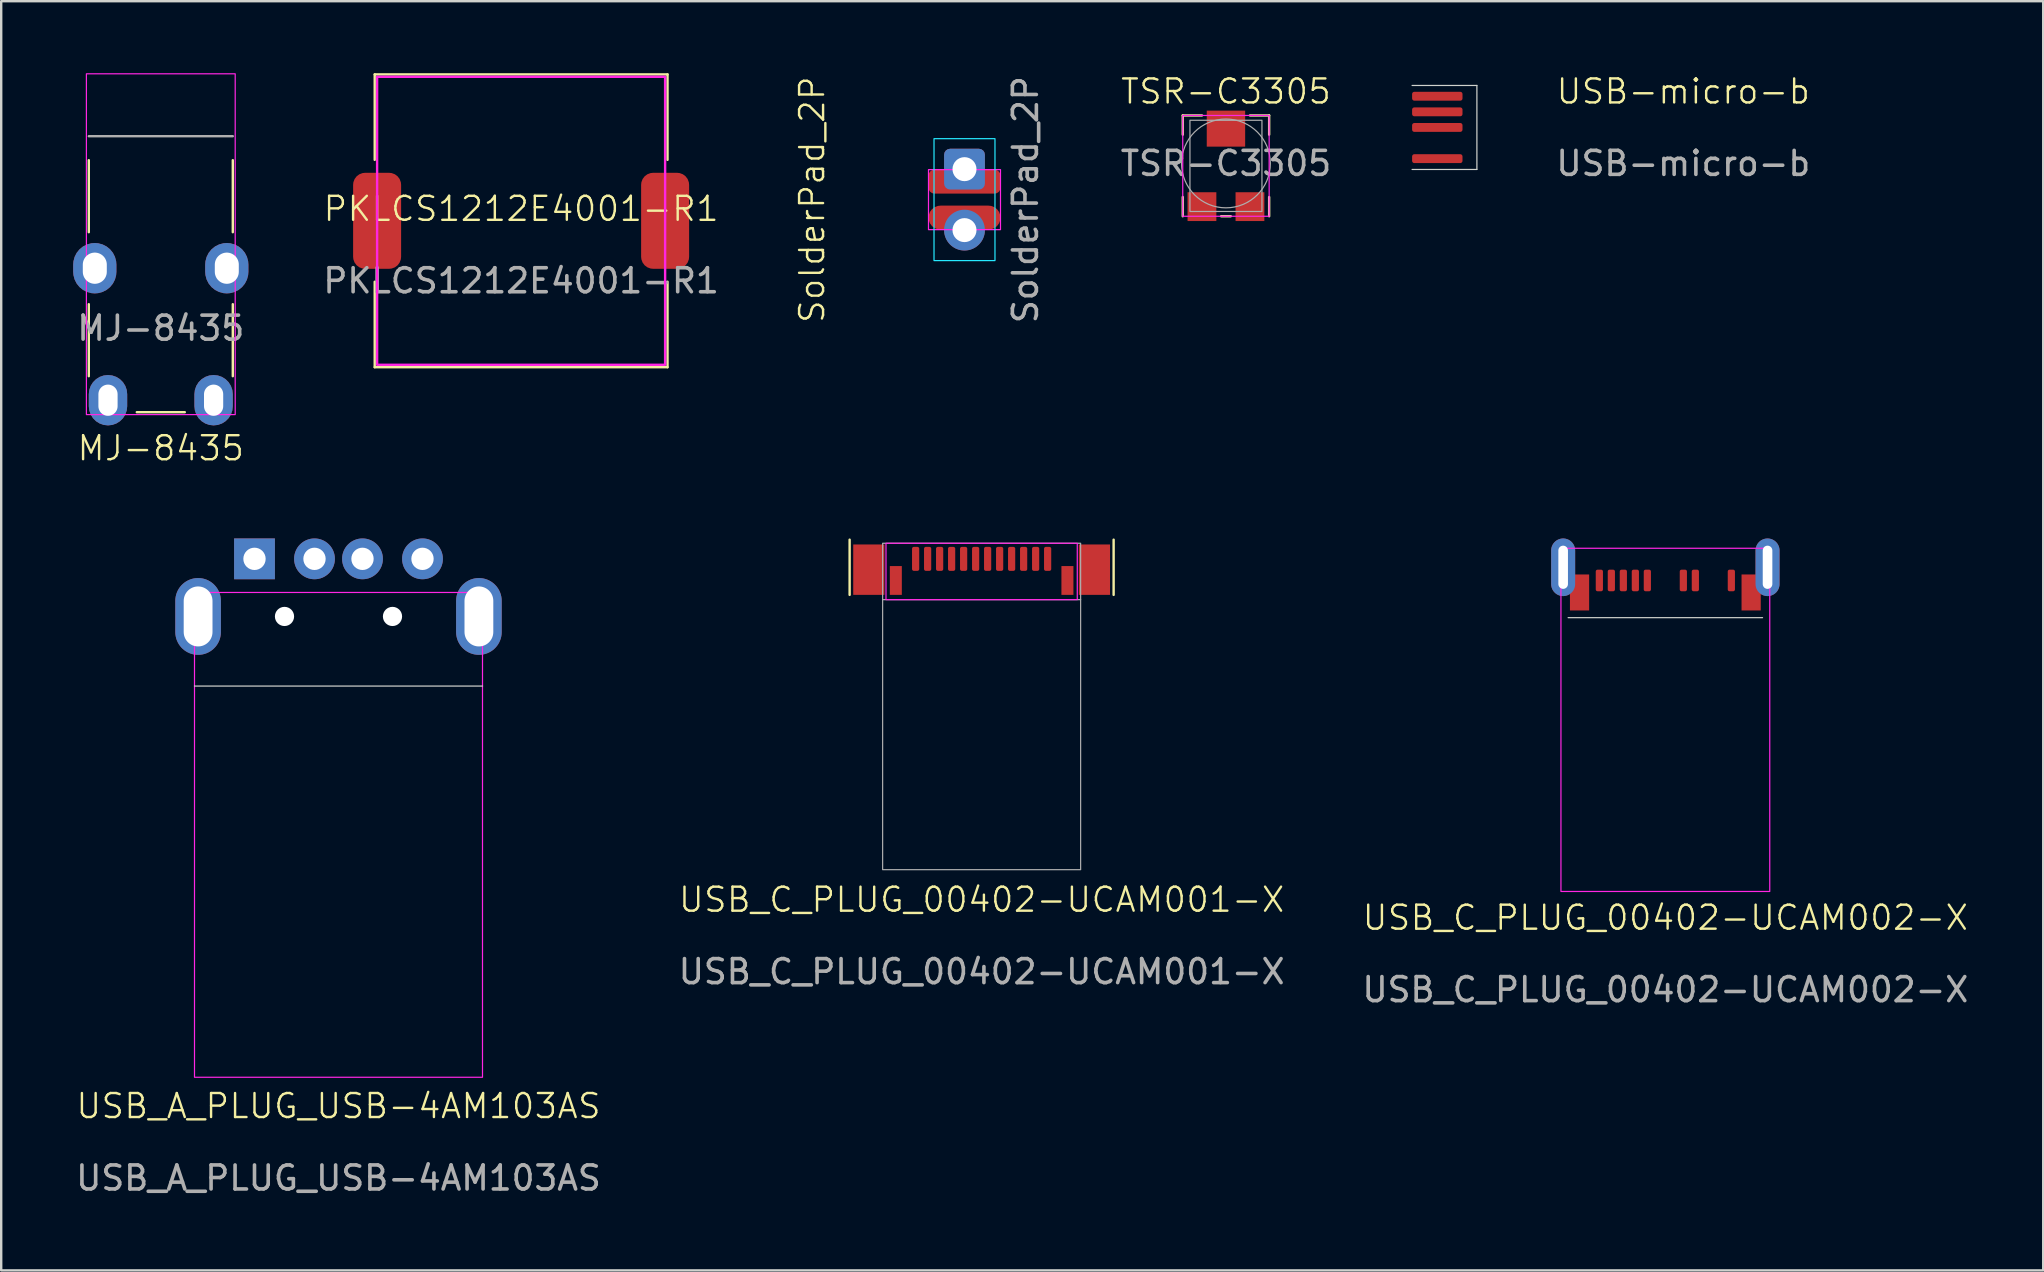
<source format=kicad_pcb>
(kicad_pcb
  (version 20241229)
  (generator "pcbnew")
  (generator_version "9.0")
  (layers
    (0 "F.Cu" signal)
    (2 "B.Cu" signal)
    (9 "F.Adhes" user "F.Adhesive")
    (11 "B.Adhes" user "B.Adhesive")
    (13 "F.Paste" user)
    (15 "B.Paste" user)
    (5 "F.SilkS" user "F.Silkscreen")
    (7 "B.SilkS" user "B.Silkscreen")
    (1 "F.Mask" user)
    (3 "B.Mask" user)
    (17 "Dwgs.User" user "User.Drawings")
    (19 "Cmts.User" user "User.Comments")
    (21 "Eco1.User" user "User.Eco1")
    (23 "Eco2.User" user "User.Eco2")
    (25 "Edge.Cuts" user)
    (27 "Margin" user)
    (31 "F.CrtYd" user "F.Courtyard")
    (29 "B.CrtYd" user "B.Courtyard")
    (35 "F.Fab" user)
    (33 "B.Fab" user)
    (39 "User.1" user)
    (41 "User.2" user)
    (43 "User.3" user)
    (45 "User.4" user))
  (footprint "USB_C_PLUG_00402-UCAM002-X"
    (layer "F.Cu")
    (at 66.339 22.686)
    (property "Reference" "USB_C_PLUG_00402-UCAM002-X" (at 0 12.5 0) (unlocked yes) (layer "F.SilkS") (effects (font (size 1 1) (thickness 0.1))))
    (attr through_hole)
    (fp_line (start -4.05 0) (end 4.05 0) (stroke (width 0.05) (type default)) (layer "Edge.Cuts"))
    (fp_rect (start -4.35 -2.892) (end 4.35 11.408) (stroke (width 0.05) (type default)) (fill no) (layer "F.CrtYd"))
    (fp_text user "${REFERENCE}" (at 0 15.5 0) (unlocked yes) (layer "F.Fab") (effects (font (size 1 1) (thickness 0.15))))
    (pad "1" thru_hole oval (at -4.258 -2.1) (size 1 2.4) (drill oval 0.4 1.8) (layers "*.Cu" "*.Mask"))
    (pad "1" smd rect (at -3.575 -1.05) (size 0.8 1.5) (layers "F.Cu" "F.Mask" "F.Paste"))
    (pad "1" smd roundrect (at -2.75 -1.55) (size 0.3 0.9) (layers "F.Cu" "F.Mask" "F.Paste") (roundrect_rratio 0.25))
    (pad "1" smd roundrect (at 0.75 -1.55) (size 0.3 0.9) (layers "F.Cu" "F.Mask" "F.Paste") (roundrect_rratio 0.25))
    (pad "1" smd roundrect (at 2.75 -1.55) (size 0.3 0.9) (layers "F.Cu" "F.Mask" "F.Paste") (roundrect_rratio 0.25))
    (pad "1" smd rect (at 3.575 -1.05) (size 0.8 1.5) (layers "F.Cu" "F.Mask" "F.Paste"))
    (pad "1" thru_hole oval (at 4.258 -2.1) (size 1 2.4) (drill oval 0.4 1.8) (layers "*.Cu" "*.Mask"))
    (pad "2" smd roundrect (at -1.75 -1.55) (size 0.3 0.9) (layers "F.Cu" "F.Mask" "F.Paste") (roundrect_rratio 0.25))
    (pad "3" smd roundrect (at -2.25 -1.55) (size 0.3 0.9) (layers "F.Cu" "F.Mask" "F.Paste") (roundrect_rratio 0.25))
    (pad "4" smd roundrect (at -0.75 -1.55) (size 0.3 0.9) (layers "F.Cu" "F.Mask" "F.Paste") (roundrect_rratio 0.25))
    (pad "4" smd roundrect (at 1.25 -1.55) (size 0.3 0.9) (layers "F.Cu" "F.Mask" "F.Paste") (roundrect_rratio 0.25))
    (pad "5" smd roundrect (at -1.25 -1.55) (size 0.3 0.9) (layers "F.Cu" "F.Mask" "F.Paste") (roundrect_rratio 0.25)))
  (footprint "PKLCS1212E4001-R1"
    (layer "F.Cu")
    (at 18.663 6.15)
    (property "Reference" "PKLCS1212E4001-R1" (at 0 -0.5 0) (unlocked yes) (layer "F.SilkS") (effects (font (size 1 1) (thickness 0.1))))
    (attr smd)
    (fp_line (start -6.1 -6.1) (end -6.1 -2.54) (stroke (width 0.1) (type default)) (layer "F.SilkS"))
    (fp_line (start -6.1 -6.1) (end 6.1 -6.1) (stroke (width 0.1) (type default)) (layer "F.SilkS"))
    (fp_line (start -6.1 2.54) (end -6.1 6.1) (stroke (width 0.1) (type default)) (layer "F.SilkS"))
    (fp_line (start -6.1 6.1) (end 6.1 6.1) (stroke (width 0.1) (type default)) (layer "F.SilkS"))
    (fp_line (start 6.1 -6.1) (end 6.1 -2.54) (stroke (width 0.1) (type default)) (layer "F.SilkS"))
    (fp_line (start 6.1 2.54) (end 6.1 6.1) (stroke (width 0.1) (type default)) (layer "F.SilkS"))
    (fp_rect (start -6 -6) (end 6 6) (stroke (width 0.1) (type solid)) (fill no) (layer "F.CrtYd"))
    (fp_text user "${REFERENCE}" (at 0 2.5 0) (unlocked yes) (layer "F.Fab") (effects (font (size 1 1) (thickness 0.15))))
    (pad "1" smd roundrect (at -6 0) (size 2 4) (layers "F.Cu" "F.Mask" "F.Paste") (roundrect_rratio 0.25))
    (pad "2" smd roundrect (at 6 0) (size 2 4) (layers "F.Cu" "F.Mask" "F.Paste") (roundrect_rratio 0.25)))
  (footprint "MJ-8435"
    (layer "F.Cu")
    (at 3.65 2.625)
    (property "Reference" "MJ-8435" (at 0 13 0) (unlocked yes) (layer "F.SilkS") (effects (font (size 1 1) (thickness 0.1))))
    (attr through_hole)
    (fp_line (start -3 1) (end -3 4) (stroke (width 0.1) (type default)) (layer "F.SilkS"))
    (fp_line (start -3 7) (end -3 10) (stroke (width 0.1) (type default)) (layer "F.SilkS"))
    (fp_line (start -1 11.5) (end 1 11.5) (stroke (width 0.1) (type default)) (layer "F.SilkS"))
    (fp_line (start 3 4) (end 3 1) (stroke (width 0.1) (type default)) (layer "F.SilkS"))
    (fp_line (start 3 10) (end 3 7) (stroke (width 0.1) (type default)) (layer "F.SilkS"))
    (fp_rect (start -3.1 -2.6) (end 3.1 11.6) (stroke (width 0.05) (type solid)) (fill no) (layer "F.CrtYd"))
    (fp_line (start -3 0) (end 3 0) (stroke (width 0.1) (type solid)) (layer "F.Fab"))
    (fp_text user "${REFERENCE}" (at 0 8 0) (unlocked yes) (layer "F.Fab") (effects (font (size 1 1) (thickness 0.15))))
    (pad "R" thru_hole roundrect (at 2.2 11) (size 1.6 2.1) (drill oval 0.8 1.3) (layers "*.Cu" "*.Mask") (roundrect_rratio 0.5))
    (pad "S" thru_hole roundrect (at -2.2 11) (size 1.6 2.1) (drill oval 0.8 1.3) (layers "*.Cu" "*.Mask") (roundrect_rratio 0.5))
    (pad "T" thru_hole roundrect (at -2.75 5.5) (size 1.8 2.1) (drill oval 1 1.3) (layers "*.Cu" "*.Mask") (roundrect_rratio 0.5))
    (pad "T" thru_hole roundrect (at 2.75 5.5) (size 1.8 2.1) (drill oval 1 1.3) (layers "*.Cu" "*.Mask") (roundrect_rratio 0.5)))
  (footprint "USB_C_PLUG_00402-UCAM001-X"
    (layer "F.Cu")
    (at 37.851 21.936)
    (property "Reference" "USB_C_PLUG_00402-UCAM001-X" (at 0 12.5 0) (unlocked yes) (layer "F.SilkS") (effects (font (size 1 1) (thickness 0.1))))
    (attr through_hole)
    (fp_line (start -5.5 -2.5) (end -5.5 -0.2) (stroke (width 0.1) (type default)) (layer "F.SilkS"))
    (fp_line (start 5.5 -2.5) (end 5.5 -0.2) (stroke (width 0.1) (type default)) (layer "F.SilkS"))
    (fp_rect (start -3.985 -2.35) (end 3.985 0) (stroke (width 0.05) (type solid)) (fill no) (layer "F.CrtYd"))
    (fp_line (start -4.125 0) (end 4.125 0) (stroke (width 0.05) (type solid)) (layer "F.Fab"))
    (fp_rect (start -4.125 -2.35) (end 4.125 11.25) (stroke (width 0.05) (type solid)) (fill no) (layer "F.Fab"))
    (fp_text user "${REFERENCE}" (at 0 15.5 0) (unlocked yes) (layer "F.Fab") (effects (font (size 1 1) (thickness 0.15))))
    (pad "A1" smd roundrect (at 2.75 -1.7) (size 0.3 1) (layers "F.Cu" "F.Mask" "F.Paste") (roundrect_rratio 0.25))
    (pad "A2" smd roundrect (at 2.25 -1.7) (size 0.3 1) (layers "F.Cu" "F.Mask" "F.Paste") (roundrect_rratio 0.25))
    (pad "A3" smd roundrect (at 1.75 -1.7) (size 0.3 1) (layers "F.Cu" "F.Mask" "F.Paste") (roundrect_rratio 0.25))
    (pad "A4" smd roundrect (at 1.25 -1.7) (size 0.3 1) (layers "F.Cu" "F.Mask" "F.Paste") (roundrect_rratio 0.25))
    (pad "A5" smd roundrect (at -1.25 -1.7) (size 0.3 1) (layers "F.Cu" "F.Mask" "F.Paste") (roundrect_rratio 0.25))
    (pad "A6" smd roundrect (at -1.75 -1.7) (size 0.3 1) (layers "F.Cu" "F.Mask" "F.Paste") (roundrect_rratio 0.25))
    (pad "A7" smd roundrect (at -2.25 -1.7) (size 0.3 1) (layers "F.Cu" "F.Mask" "F.Paste") (roundrect_rratio 0.25))
    (pad "A12" smd roundrect (at -2.75 -1.7) (size 0.3 1) (layers "F.Cu" "F.Mask" "F.Paste") (roundrect_rratio 0.25))
    (pad "B9" smd roundrect (at -0.75 -1.7) (size 0.3 1) (layers "F.Cu" "F.Mask" "F.Paste") (roundrect_rratio 0.25))
    (pad "B10" smd roundrect (at -0.25 -1.7) (size 0.3 1) (layers "F.Cu" "F.Mask" "F.Paste") (roundrect_rratio 0.25))
    (pad "B11" smd roundrect (at 0.25 -1.7) (size 0.3 1) (layers "F.Cu" "F.Mask" "F.Paste") (roundrect_rratio 0.25))
    (pad "B12" smd roundrect (at 0.75 -1.7) (size 0.3 1) (layers "F.Cu" "F.Mask" "F.Paste") (roundrect_rratio 0.25))
    (pad "S1" smd rect (at -4.7 -1.25) (size 1.3 2.1) (layers "F.Cu" "F.Mask" "F.Paste"))
    (pad "S1" smd rect (at -3.575 -0.8) (size 0.5 1.2) (layers "F.Cu" "F.Mask" "F.Paste"))
    (pad "S1" smd rect (at 3.575 -0.8) (size 0.5 1.2) (layers "F.Cu" "F.Mask" "F.Paste"))
    (pad "S1" smd rect (at 4.7 -1.25) (size 1.3 2.1) (layers "F.Cu" "F.Mask" "F.Paste")))
  (footprint "SolderPad_2P"
    (layer "F.Cu")
    (at 37.137 5.268)
    (property "Reference" "SolderPad_2P" (at -6.35 0 90) (unlocked yes) (layer "F.SilkS") (effects (font (size 1 1) (thickness 0.1))))
    (attr through_hole)
    (fp_rect (start -1.27 -2.54) (end 1.27 2.54) (stroke (width 0.05) (type default)) (fill no) (layer "B.CrtYd"))
    (fp_rect (start -1.5 -1.25) (end 1.5 1.25) (stroke (width 0.05) (type default)) (fill no) (layer "F.CrtYd"))
    (fp_text user "${REFERENCE}" (at 2.54 0 90) (unlocked yes) (layer "F.Fab") (effects (font (size 1 1) (thickness 0.15))))
    (pad "1" thru_hole roundrect (at 0 -1.27) (size 1.7 1.7) (drill 1) (layers "*.Cu" "*.Mask") (roundrect_rratio 0.147))
    (pad "1" smd roundrect (at 0 -0.75) (size 3 1) (layers "F.Cu" "F.Mask" "F.Paste") (roundrect_rratio 0.25))
    (pad "2" smd roundrect (at 0 0.75) (size 3 1) (layers "F.Cu" "F.Mask" "F.Paste") (roundrect_rratio 0.5))
    (pad "2" thru_hole circle (at 0 1.27) (size 1.7 1.7) (drill 1) (layers "*.Cu" "*.Mask")))
  (footprint "TSR-C3305"
    (layer "F.Cu")
    (at 48.031 3.76)
    (property "Reference" "TSR-C3305" (at 0 -3 0) (unlocked yes) (layer "F.SilkS") (effects (font (size 1 1) (thickness 0.1))))
    (attr smd)
    (fp_line (start -1.8 -2) (end -1.8 -1.2) (stroke (width 0.1) (type default)) (layer "F.SilkS"))
    (fp_line (start -1.8 2.2) (end -1.8 1.4) (stroke (width 0.1) (type default)) (layer "F.SilkS"))
    (fp_line (start -1 -2) (end -1.8 -2) (stroke (width 0.1) (type default)) (layer "F.SilkS"))
    (fp_line (start -0.2 2.2) (end 0.2 2.2) (stroke (width 0.1) (type default)) (layer "F.SilkS"))
    (fp_line (start 1 -2) (end 1.8 -2) (stroke (width 0.1) (type default)) (layer "F.SilkS"))
    (fp_line (start 1.8 -2) (end 1.8 -1.2) (stroke (width 0.1) (type default)) (layer "F.SilkS"))
    (fp_line (start 1.8 2.2) (end 1.8 1.4) (stroke (width 0.1) (type default)) (layer "F.SilkS"))
    (fp_rect (start -1.8 -2) (end 1.8 2.2) (stroke (width 0.05) (type default)) (fill no) (layer "F.CrtYd"))
    (fp_rect (start -1.5 -1.8) (end 1.5 2) (stroke (width 0.05) (type solid)) (fill no) (layer "F.Fab"))
    (fp_circle (center 0 0) (end 1.85 0) (stroke (width 0.05) (type solid)) (fill no) (layer "F.Fab"))
    (fp_text user "${REFERENCE}" (at 0 0 0) (unlocked yes) (layer "F.Fab") (effects (font (size 1 1) (thickness 0.15))))
    (pad "1" smd rect (at -1 1.8) (size 1.2 1.2) (layers "F.Cu" "F.Mask" "F.Paste"))
    (pad "2" smd rect (at 0 -1.45) (size 1.6 1.5) (layers "F.Cu" "F.Mask" "F.Paste"))
    (pad "3" smd rect (at 1 1.8) (size 1.2 1.2) (layers "F.Cu" "F.Mask" "F.Paste")))
  (footprint "USB-micro-b"
    (layer "F.Cu")
    (at 55.787 2.26)
    (property "Reference" "USB-micro-b" (at 11.3 -1.5 0) (unlocked yes) (layer "F.SilkS") (effects (font (size 1 1) (thickness 0.1))))
    (attr smd)
    (fp_rect (start 0 -1.75) (end 2.7 1.75) (stroke (width 0) (type solid)) (fill yes) (layer "B.Mask"))
    (fp_line (start 0 -1.75) (end 2.7 -1.75) (stroke (width 0.05) (type default)) (layer "Edge.Cuts"))
    (fp_line (start 0 1.75) (end 2.7 1.75) (stroke (width 0.05) (type default)) (layer "Edge.Cuts"))
    (fp_line (start 2.7 -1.75) (end 2.7 1.75) (stroke (width 0.05) (type default)) (layer "Edge.Cuts"))
    (fp_text user "${REFERENCE}" (at 11.3 1.5 0) (unlocked yes) (layer "F.Fab") (effects (font (size 1 1) (thickness 0.15))))
    (pad "1" smd roundrect (at 1.05 1.3) (size 2.1 0.37) (layers "F.Cu" "F.Mask" "F.Paste") (roundrect_rratio 0.25))
    (pad "2" smd roundrect (at 1.05 0) (size 2.1 0.37) (layers "F.Cu" "F.Mask" "F.Paste") (roundrect_rratio 0.25))
    (pad "3" smd roundrect (at 1.05 -0.65) (size 2.1 0.37) (layers "F.Cu" "F.Mask" "F.Paste") (roundrect_rratio 0.25))
    (pad "4" smd roundrect (at 1.05 -1.3) (size 2.1 0.37) (layers "F.Cu" "F.Mask" "F.Paste") (roundrect_rratio 0.25)))
  (footprint "USB_A_PLUG_USB-4AM103AS"
    (layer "F.Cu")
    (at 11.054 25.535)
    (property "Reference" "USB_A_PLUG_USB-4AM103AS" (at 0 17.5 0) (unlocked yes) (layer "F.SilkS") (effects (font (size 1 1) (thickness 0.1))))
    (attr through_hole)
    (fp_line (start -6 0) (end 6 0) (stroke (width 0.05) (type default)) (layer "Edge.Cuts"))
    (fp_rect (start -6 -3.9) (end 6 16.3) (stroke (width 0.05) (type default)) (fill no) (layer "F.CrtYd"))
    (fp_text user "${REFERENCE}" (at 0 20.5 0) (unlocked yes) (layer "F.Fab") (effects (font (size 1 1) (thickness 0.15))))
    (pad "" np_thru_hole circle (at -2.25 -2.9) (size 0.8 0.8) (drill 1.3) (layers "*.Cu" "*.Mask"))
    (pad "" np_thru_hole circle (at 2.25 -2.9) (size 0.8 0.8) (drill 1.3) (layers "*.Cu" "*.Mask"))
    (pad "1" thru_hole rect (at -3.5 -5.3) (size 1.7 1.7) (drill 0.93) (layers "*.Cu" "*.Mask"))
    (pad "2" thru_hole circle (at -1 -5.3) (size 1.7 1.7) (drill 0.93) (layers "*.Cu" "*.Mask"))
    (pad "3" thru_hole circle (at 1 -5.3) (size 1.7 1.7) (drill 0.93) (layers "*.Cu" "*.Mask"))
    (pad "4" thru_hole circle (at 3.5 -5.3) (size 1.7 1.7) (drill 0.93) (layers "*.Cu" "*.Mask"))
    (pad "5" thru_hole oval (at -5.85 -2.9) (size 1.9 3.2) (drill oval 1.2 2.5) (layers "*.Cu" "*.Mask"))
    (pad "5" thru_hole oval (at 5.85 -2.9) (size 1.9 3.2) (drill oval 1.2 2.5) (layers "*.Cu" "*.Mask")))
  (gr_rect
    (start -3 -3)
    (end 82.083 49.884)
    (stroke (width 0.1) (type default))
    (fill no)
    (layer "Edge.Cuts")))
</source>
